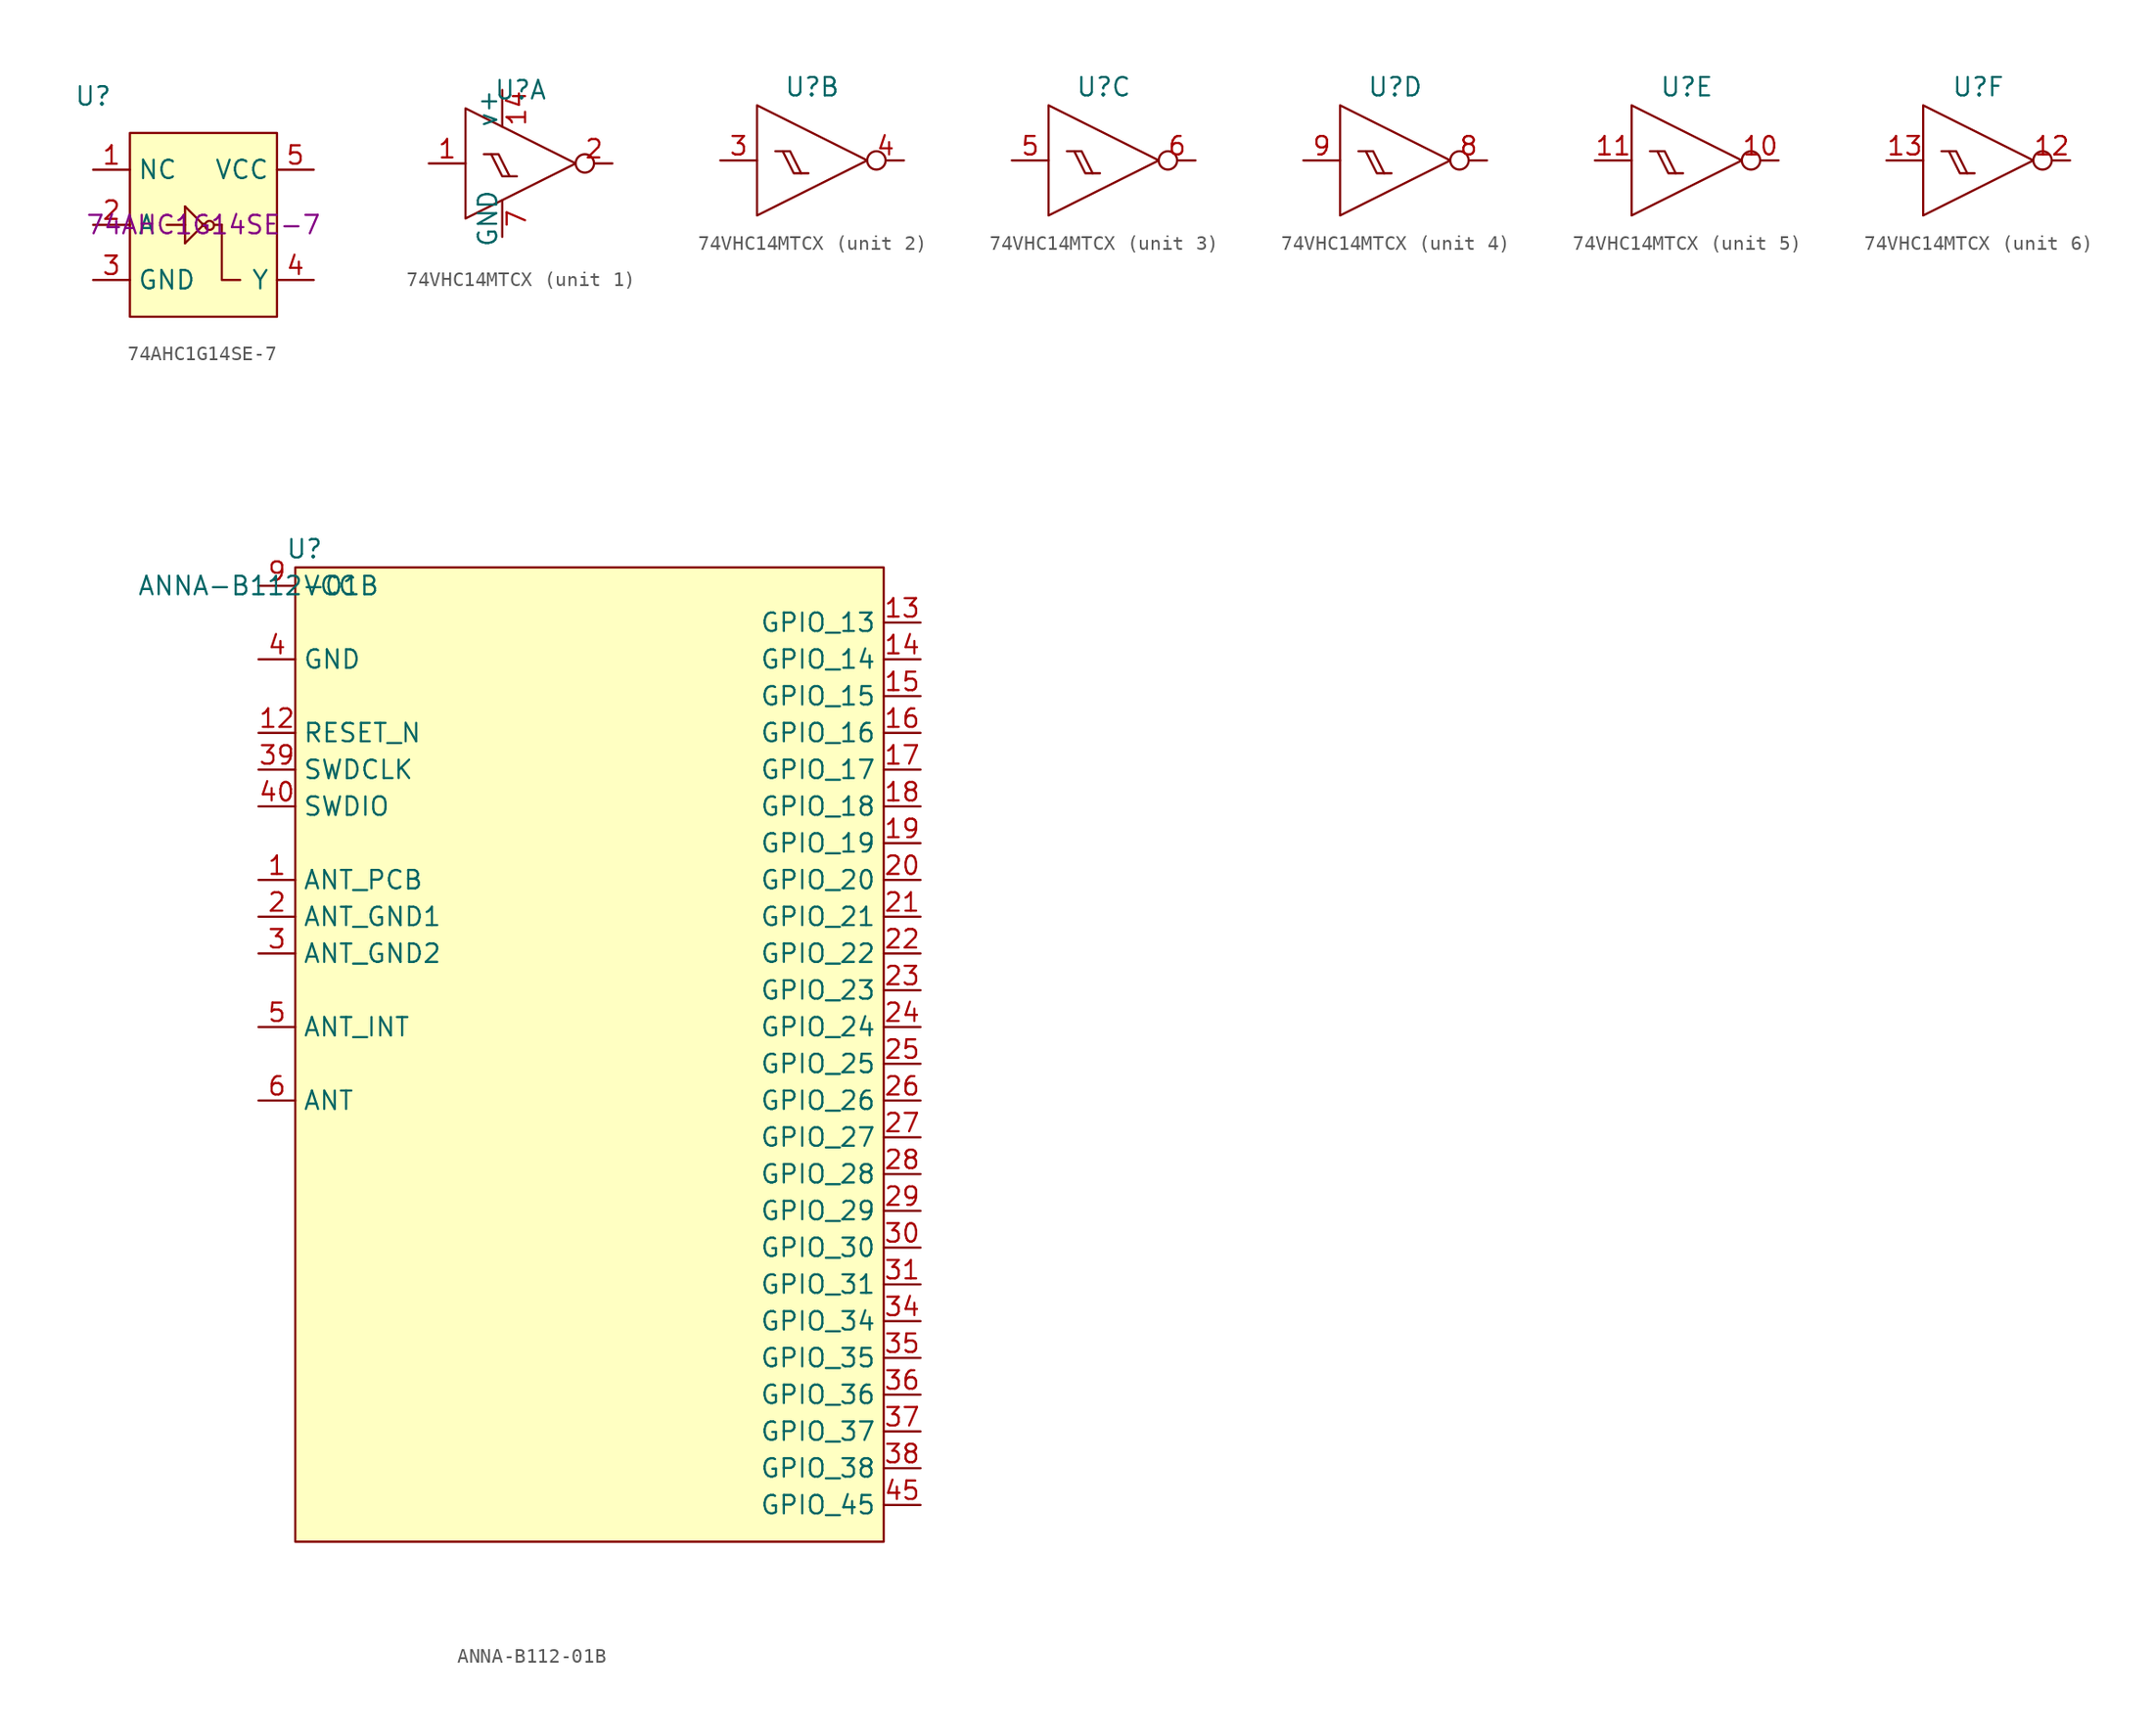
<source format=kicad_sym>
(kicad_symbol_lib
  (version 20241209)
  (generator "kicad_symbol_editor")
  (generator_version "9.0")
  (symbol "74AHC1G14SE-7"
    (property "Reference" "U"
      (at -7.62 8.89 0)
      (effects (font (size 1.27 1.27))))
    (property "PartNumber" "74AHC1G14SE-7"
      (at 0 0 0)
      (effects (font (size 1.27 1.27))))
    (symbol "74AHC1G14SE-7_1_1"
      (rectangle (start -5.08 6.35) (end 5.08 -6.35) (stroke (width 0) (type default)) (fill (type background)))
      (polyline (pts (xy -1.27 1.27) (xy -1.27 -1.27)) (stroke (width 0) (type default)) (fill (type none)))
      (polyline (pts (xy -1.27 1.27) (xy 0 0)) (stroke (width 0) (type default)) (fill (type none)))
      (polyline (pts (xy -1.27 0) (xy -2.54 0)) (stroke (width 0) (type default)) (fill (type none)))
      (polyline (pts (xy -1.27 -1.27) (xy 0 0)) (stroke (width 0) (type default)) (fill (type none)))
      (circle (center 0 0) (radius 0.0001) (stroke (width 0) (type default)) (fill (type none)))
      (circle (center 0.421 -0.037) (radius 0.311) (stroke (width 0) (type default)) (fill (type none)))
      (polyline (pts (xy 1.27 0) (xy 0.742 0)) (stroke (width 0) (type default)) (fill (type none)))
      (polyline (pts (xy 2.54 -3.81) (xy 1.27 -3.81) (xy 1.27 0)) (stroke (width 0) (type default)) (fill (type none)))
      (pin passive line (at -7.62 3.81 0) (length 2.54) (name "NC" (effects (font (size 1.27 1.27)))) (number "1" (effects (font (size 1.27 1.27)))))
      (pin passive line (at -7.62 0 0) (length 2.54) (name "A" (effects (font (size 1.27 1.27)))) (number "2" (effects (font (size 1.27 1.27)))))
      (pin passive line (at -7.62 -3.81 0) (length 2.54) (name "GND" (effects (font (size 1.27 1.27)))) (number "3" (effects (font (size 1.27 1.27)))))
      (pin passive line (at 7.62 3.81 180) (length 2.54) (name "VCC" (effects (font (size 1.27 1.27)))) (number "5" (effects (font (size 1.27 1.27)))))
      (pin passive line (at 7.62 -3.81 180) (length 2.54) (name "Y" (effects (font (size 1.27 1.27)))) (number "4" (effects (font (size 1.27 1.27)))))))
  (symbol "74VHC14MTCX"
    (pin_names
      (offset 0))
    (property "Reference" "U"
      (at 1.27 5.08 0)
      (effects (font (size 1.27 1.27))))
    (property "ki_locked" ""
      (at 0 0 0)
      (effects (font (size 1.27 1.27))))
    (symbol "74VHC14MTCX_1_1"
      (polyline (pts (xy -2.54 -3.81) (xy -2.54 3.81) (xy 5.08 0) (xy -2.54 -3.81)) (stroke (width 0) (type default)) (fill (type none)))
      (polyline (pts (xy -1.27 0.635) (xy -0.762 0.635) (xy 0 -0.889) (xy 1.016 -0.889)) (stroke (width 0) (type default)) (fill (type none)))
      (polyline (pts (xy 0.508 -0.889) (xy -0.254 0.635) (xy -0.762 0.635)) (stroke (width 0) (type default)) (fill (type none)))
      (pin passive line (at -5.08 0 0) (length 2.54) (name "" (effects (font (size 1.27 1.27)))) (number "1" (effects (font (size 1.27 1.27)))))
      (pin passive line (at 0 5.08 270) (length 2.54) (name "v+" (effects (font (size 1.27 1.27)))) (number "14" (effects (font (size 1.27 1.27)))))
      (pin passive line (at 0 -5.08 90) (length 2.54) (name "GND" (effects (font (size 1.27 1.27)))) (number "7" (effects (font (size 1.27 1.27)))))
      (pin passive inverted (at 7.62 0 180) (length 2.54) (name "" (effects (font (size 1.27 1.27)))) (number "2" (effects (font (size 1.27 1.27))))))
    (symbol "74VHC14MTCX_2_1"
      (polyline (pts (xy -2.54 -3.81) (xy -2.54 3.81) (xy 5.08 0) (xy -2.54 -3.81)) (stroke (width 0) (type default)) (fill (type none)))
      (polyline (pts (xy -1.27 0.635) (xy -0.762 0.635) (xy 0 -0.889) (xy 1.016 -0.889)) (stroke (width 0) (type default)) (fill (type none)))
      (polyline (pts (xy 0.508 -0.889) (xy -0.254 0.635) (xy -0.762 0.635)) (stroke (width 0) (type default)) (fill (type none)))
      (pin passive line (at -5.08 0 0) (length 2.54) (name "" (effects (font (size 1.27 1.27)))) (number "3" (effects (font (size 1.27 1.27)))))
      (pin passive inverted (at 7.62 0 180) (length 2.54) (name "" (effects (font (size 1.27 1.27)))) (number "4" (effects (font (size 1.27 1.27))))))
    (symbol "74VHC14MTCX_3_1"
      (polyline (pts (xy -2.54 -3.81) (xy -2.54 3.81) (xy 5.08 0) (xy -2.54 -3.81)) (stroke (width 0) (type default)) (fill (type none)))
      (polyline (pts (xy -1.27 0.635) (xy -0.762 0.635) (xy 0 -0.889) (xy 1.016 -0.889)) (stroke (width 0) (type default)) (fill (type none)))
      (polyline (pts (xy 0.508 -0.889) (xy -0.254 0.635) (xy -0.762 0.635)) (stroke (width 0) (type default)) (fill (type none)))
      (pin passive line (at -5.08 0 0) (length 2.54) (name "" (effects (font (size 1.27 1.27)))) (number "5" (effects (font (size 1.27 1.27)))))
      (pin passive inverted (at 7.62 0 180) (length 2.54) (name "" (effects (font (size 1.27 1.27)))) (number "6" (effects (font (size 1.27 1.27))))))
    (symbol "74VHC14MTCX_4_1"
      (polyline (pts (xy -2.54 -3.81) (xy -2.54 3.81) (xy 5.08 0) (xy -2.54 -3.81)) (stroke (width 0) (type default)) (fill (type none)))
      (polyline (pts (xy -1.27 0.635) (xy -0.762 0.635) (xy 0 -0.889) (xy 1.016 -0.889)) (stroke (width 0) (type default)) (fill (type none)))
      (polyline (pts (xy 0.508 -0.889) (xy -0.254 0.635) (xy -0.762 0.635)) (stroke (width 0) (type default)) (fill (type none)))
      (pin passive line (at -5.08 0 0) (length 2.54) (name "" (effects (font (size 1.27 1.27)))) (number "9" (effects (font (size 1.27 1.27)))))
      (pin passive inverted (at 7.62 0 180) (length 2.54) (name "" (effects (font (size 1.27 1.27)))) (number "8" (effects (font (size 1.27 1.27))))))
    (symbol "74VHC14MTCX_5_1"
      (polyline (pts (xy -2.54 -3.81) (xy -2.54 3.81) (xy 5.08 0) (xy -2.54 -3.81)) (stroke (width 0) (type default)) (fill (type none)))
      (polyline (pts (xy -1.27 0.635) (xy -0.762 0.635) (xy 0 -0.889) (xy 1.016 -0.889)) (stroke (width 0) (type default)) (fill (type none)))
      (polyline (pts (xy 0.508 -0.889) (xy -0.254 0.635) (xy -0.762 0.635)) (stroke (width 0) (type default)) (fill (type none)))
      (pin passive line (at -5.08 0 0) (length 2.54) (name "" (effects (font (size 1.27 1.27)))) (number "11" (effects (font (size 1.27 1.27)))))
      (pin passive inverted (at 7.62 0 180) (length 2.54) (name "" (effects (font (size 1.27 1.27)))) (number "10" (effects (font (size 1.27 1.27))))))
    (symbol "74VHC14MTCX_6_1"
      (polyline (pts (xy -2.54 -3.81) (xy -2.54 3.81) (xy 5.08 0) (xy -2.54 -3.81)) (stroke (width 0) (type default)) (fill (type none)))
      (polyline (pts (xy -1.27 0.635) (xy -0.762 0.635) (xy 0 -0.889) (xy 1.016 -0.889)) (stroke (width 0) (type default)) (fill (type none)))
      (polyline (pts (xy 0.508 -0.889) (xy -0.254 0.635) (xy -0.762 0.635)) (stroke (width 0) (type default)) (fill (type none)))
      (pin passive line (at -5.08 0 0) (length 2.54) (name "" (effects (font (size 1.27 1.27)))) (number "13" (effects (font (size 1.27 1.27)))))
      (pin passive inverted (at 7.62 0 180) (length 2.54) (name "" (effects (font (size 1.27 1.27)))) (number "12" (effects (font (size 1.27 1.27)))))))
  (symbol "ANNA-B112-01B"
    (property "Reference" "U"
      (at 3.175 2.54 0)
      (effects (font (size 1.27 1.27))))
    (property "Value" "ANNA-B112-01B"
      (at 0 0 0)
      (effects (font (size 1.27 1.27))))
    (symbol "ANNA-B112-01B_0_0"
      (pin passive line (at 0 0 0) (length 2.54) (name "VCC" (effects (font (size 1.27 1.27)))) (number "9" (effects (font (size 1.27 1.27)))))
      (pin passive line (at 0 -5.08 0) (length 2.54) (hide yes) (name "GND" (effects (font (size 1.27 1.27)))) (number "10" (effects (font (size 1.27 1.27)))))
      (pin passive line (at 0 -5.08 0) (length 2.54) (hide yes) (name "GND" (effects (font (size 1.27 1.27)))) (number "11" (effects (font (size 1.27 1.27)))))
      (pin passive line (at 0 -5.08 0) (length 2.54) (hide yes) (name "GND" (effects (font (size 1.27 1.27)))) (number "32" (effects (font (size 1.27 1.27)))))
      (pin passive line (at 0 -5.08 0) (length 2.54) (hide yes) (name "GND" (effects (font (size 1.27 1.27)))) (number "33" (effects (font (size 1.27 1.27)))))
      (pin passive line (at 0 -5.08 0) (length 2.54) (name "GND" (effects (font (size 1.27 1.27)))) (number "4" (effects (font (size 1.27 1.27)))))
      (pin passive line (at 0 -5.08 0) (length 2.54) (hide yes) (name "GND" (effects (font (size 1.27 1.27)))) (number "41" (effects (font (size 1.27 1.27)))))
      (pin passive line (at 0 -5.08 0) (length 2.54) (hide yes) (name "GND" (effects (font (size 1.27 1.27)))) (number "42" (effects (font (size 1.27 1.27)))))
      (pin passive line (at 0 -5.08 0) (length 2.54) (hide yes) (name "GND" (effects (font (size 1.27 1.27)))) (number "43" (effects (font (size 1.27 1.27)))))
      (pin passive line (at 0 -5.08 0) (length 2.54) (hide yes) (name "GND" (effects (font (size 1.27 1.27)))) (number "44" (effects (font (size 1.27 1.27)))))
      (pin passive line (at 0 -5.08 0) (length 2.54) (hide yes) (name "GND" (effects (font (size 1.27 1.27)))) (number "46" (effects (font (size 1.27 1.27)))))
      (pin passive line (at 0 -5.08 0) (length 2.54) (hide yes) (name "GND" (effects (font (size 1.27 1.27)))) (number "47" (effects (font (size 1.27 1.27)))))
      (pin passive line (at 0 -5.08 0) (length 2.54) (hide yes) (name "GND" (effects (font (size 1.27 1.27)))) (number "48" (effects (font (size 1.27 1.27)))))
      (pin passive line (at 0 -5.08 0) (length 2.54) (hide yes) (name "GND" (effects (font (size 1.27 1.27)))) (number "49" (effects (font (size 1.27 1.27)))))
      (pin passive line (at 0 -5.08 0) (length 2.54) (hide yes) (name "GND" (effects (font (size 1.27 1.27)))) (number "50" (effects (font (size 1.27 1.27)))))
      (pin passive line (at 0 -5.08 0) (length 2.54) (hide yes) (name "GND" (effects (font (size 1.27 1.27)))) (number "51" (effects (font (size 1.27 1.27)))))
      (pin passive line (at 0 -5.08 0) (length 2.54) (hide yes) (name "GND" (effects (font (size 1.27 1.27)))) (number "52" (effects (font (size 1.27 1.27)))))
      (pin passive line (at 0 -5.08 0) (length 2.54) (hide yes) (name "GND" (effects (font (size 1.27 1.27)))) (number "7" (effects (font (size 1.27 1.27)))))
      (pin passive line (at 0 -5.08 0) (length 2.54) (hide yes) (name "GND" (effects (font (size 1.27 1.27)))) (number "8" (effects (font (size 1.27 1.27)))))
      (pin passive line (at 0 -10.16 0) (length 2.54) (name "RESET_N" (effects (font (size 1.27 1.27)))) (number "12" (effects (font (size 1.27 1.27)))))
      (pin passive line (at 0 -12.7 0) (length 2.54) (name "SWDCLK" (effects (font (size 1.27 1.27)))) (number "39" (effects (font (size 1.27 1.27)))))
      (pin passive line (at 0 -15.24 0) (length 2.54) (name "SWDIO" (effects (font (size 1.27 1.27)))) (number "40" (effects (font (size 1.27 1.27)))))
      (pin passive line (at 0 -20.32 0) (length 2.54) (name "ANT_PCB" (effects (font (size 1.27 1.27)))) (number "1" (effects (font (size 1.27 1.27)))))
      (pin passive line (at 0 -22.86 0) (length 2.54) (name "ANT_GND1" (effects (font (size 1.27 1.27)))) (number "2" (effects (font (size 1.27 1.27)))))
      (pin passive line (at 0 -25.4 0) (length 2.54) (name "ANT_GND2" (effects (font (size 1.27 1.27)))) (number "3" (effects (font (size 1.27 1.27)))))
      (pin passive line (at 0 -30.48 0) (length 2.54) (name "ANT_INT" (effects (font (size 1.27 1.27)))) (number "5" (effects (font (size 1.27 1.27)))))
      (pin passive line (at 0 -35.56 0) (length 2.54) (name "ANT" (effects (font (size 1.27 1.27)))) (number "6" (effects (font (size 1.27 1.27)))))
      (pin passive line (at 45.72 -2.54 180) (length 2.54) (name "GPIO_13" (effects (font (size 1.27 1.27)))) (number "13" (effects (font (size 1.27 1.27)))))
      (pin passive line (at 45.72 -5.08 180) (length 2.54) (name "GPIO_14" (effects (font (size 1.27 1.27)))) (number "14" (effects (font (size 1.27 1.27)))))
      (pin passive line (at 45.72 -7.62 180) (length 2.54) (name "GPIO_15" (effects (font (size 1.27 1.27)))) (number "15" (effects (font (size 1.27 1.27)))))
      (pin passive line (at 45.72 -10.16 180) (length 2.54) (name "GPIO_16" (effects (font (size 1.27 1.27)))) (number "16" (effects (font (size 1.27 1.27)))))
      (pin passive line (at 45.72 -12.7 180) (length 2.54) (name "GPIO_17" (effects (font (size 1.27 1.27)))) (number "17" (effects (font (size 1.27 1.27)))))
      (pin passive line (at 45.72 -15.24 180) (length 2.54) (name "GPIO_18" (effects (font (size 1.27 1.27)))) (number "18" (effects (font (size 1.27 1.27)))))
      (pin passive line (at 45.72 -17.78 180) (length 2.54) (name "GPIO_19" (effects (font (size 1.27 1.27)))) (number "19" (effects (font (size 1.27 1.27)))))
      (pin passive line (at 45.72 -20.32 180) (length 2.54) (name "GPIO_20" (effects (font (size 1.27 1.27)))) (number "20" (effects (font (size 1.27 1.27)))))
      (pin passive line (at 45.72 -22.86 180) (length 2.54) (name "GPIO_21" (effects (font (size 1.27 1.27)))) (number "21" (effects (font (size 1.27 1.27)))))
      (pin passive line (at 45.72 -25.4 180) (length 2.54) (name "GPIO_22" (effects (font (size 1.27 1.27)))) (number "22" (effects (font (size 1.27 1.27)))))
      (pin passive line (at 45.72 -27.94 180) (length 2.54) (name "GPIO_23" (effects (font (size 1.27 1.27)))) (number "23" (effects (font (size 1.27 1.27)))))
      (pin passive line (at 45.72 -30.48 180) (length 2.54) (name "GPIO_24" (effects (font (size 1.27 1.27)))) (number "24" (effects (font (size 1.27 1.27)))))
      (pin passive line (at 45.72 -33.02 180) (length 2.54) (name "GPIO_25" (effects (font (size 1.27 1.27)))) (number "25" (effects (font (size 1.27 1.27)))))
      (pin passive line (at 45.72 -35.56 180) (length 2.54) (name "GPIO_26" (effects (font (size 1.27 1.27)))) (number "26" (effects (font (size 1.27 1.27)))))
      (pin passive line (at 45.72 -38.1 180) (length 2.54) (name "GPIO_27" (effects (font (size 1.27 1.27)))) (number "27" (effects (font (size 1.27 1.27)))))
      (pin passive line (at 45.72 -40.64 180) (length 2.54) (name "GPIO_28" (effects (font (size 1.27 1.27)))) (number "28" (effects (font (size 1.27 1.27)))))
      (pin passive line (at 45.72 -43.18 180) (length 2.54) (name "GPIO_29" (effects (font (size 1.27 1.27)))) (number "29" (effects (font (size 1.27 1.27)))))
      (pin passive line (at 45.72 -45.72 180) (length 2.54) (name "GPIO_30" (effects (font (size 1.27 1.27)))) (number "30" (effects (font (size 1.27 1.27)))))
      (pin passive line (at 45.72 -48.26 180) (length 2.54) (name "GPIO_31" (effects (font (size 1.27 1.27)))) (number "31" (effects (font (size 1.27 1.27)))))
      (pin passive line (at 45.72 -50.8 180) (length 2.54) (name "GPIO_34" (effects (font (size 1.27 1.27)))) (number "34" (effects (font (size 1.27 1.27)))))
      (pin passive line (at 45.72 -53.34 180) (length 2.54) (name "GPIO_35" (effects (font (size 1.27 1.27)))) (number "35" (effects (font (size 1.27 1.27)))))
      (pin passive line (at 45.72 -55.88 180) (length 2.54) (name "GPIO_36" (effects (font (size 1.27 1.27)))) (number "36" (effects (font (size 1.27 1.27)))))
      (pin passive line (at 45.72 -58.42 180) (length 2.54) (name "GPIO_37" (effects (font (size 1.27 1.27)))) (number "37" (effects (font (size 1.27 1.27)))))
      (pin passive line (at 45.72 -60.96 180) (length 2.54) (name "GPIO_38" (effects (font (size 1.27 1.27)))) (number "38" (effects (font (size 1.27 1.27)))))
      (pin passive line (at 45.72 -63.5 180) (length 2.54) (name "GPIO_45" (effects (font (size 1.27 1.27)))) (number "45" (effects (font (size 1.27 1.27))))))
    (symbol "ANNA-B112-01B_0_1"
      (rectangle (start 2.54 1.27) (end 43.18 -66.04) (stroke (width 0) (type solid)) (fill (type background))))))
</source>
